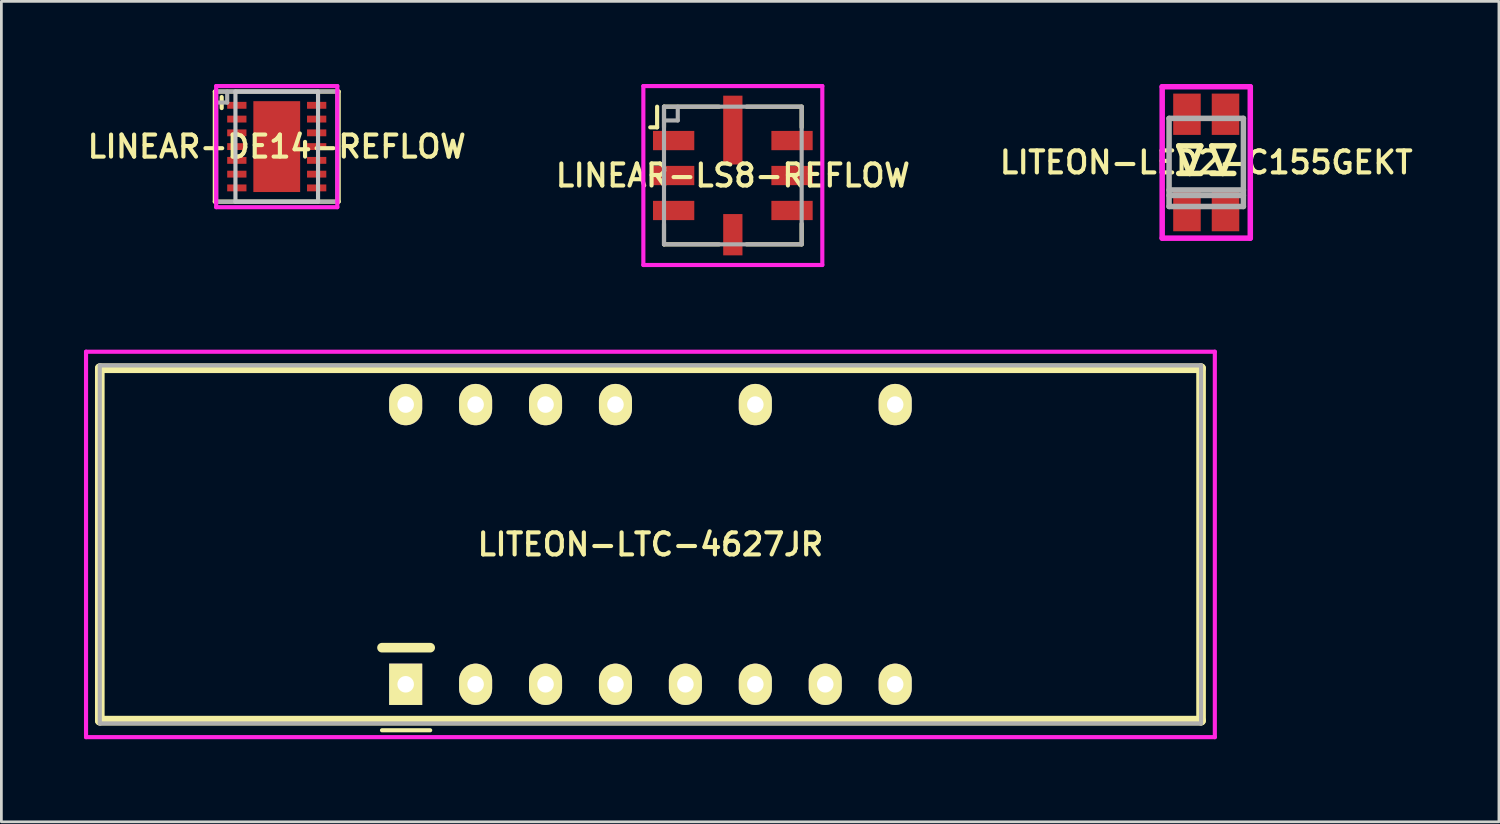
<source format=kicad_pcb>
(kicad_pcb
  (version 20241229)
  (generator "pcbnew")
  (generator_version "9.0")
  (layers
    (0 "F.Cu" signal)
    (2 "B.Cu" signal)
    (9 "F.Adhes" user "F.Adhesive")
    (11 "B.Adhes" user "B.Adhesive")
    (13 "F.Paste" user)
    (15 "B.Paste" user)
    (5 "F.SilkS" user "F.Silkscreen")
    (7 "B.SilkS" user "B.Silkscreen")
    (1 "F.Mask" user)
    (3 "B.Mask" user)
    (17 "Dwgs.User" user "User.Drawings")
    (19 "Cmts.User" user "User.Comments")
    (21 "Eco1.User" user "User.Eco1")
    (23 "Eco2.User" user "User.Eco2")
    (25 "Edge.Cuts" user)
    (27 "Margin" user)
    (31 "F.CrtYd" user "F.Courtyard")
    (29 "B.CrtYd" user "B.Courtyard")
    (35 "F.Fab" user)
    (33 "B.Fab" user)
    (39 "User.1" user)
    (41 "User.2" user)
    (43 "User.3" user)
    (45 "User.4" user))
  (footprint "LITEON-LED2-C155GEKT"
    (layer "F.Cu")
    (at 40.763 2.85)
    (property "Reference" "LITEON-LED2-C155GEKT" (at 0 0 0) (layer "F.SilkS") (effects (font (size 0.8 0.8) (thickness 0.15))))
    (attr smd)
    (fp_line (start -1 -0.6) (end -0.2 -0.6) (stroke (width 0.2) (type solid)) (layer "F.SilkS"))
    (fp_line (start -1 0.4) (end -0.2 0.4) (stroke (width 0.2) (type solid)) (layer "F.SilkS"))
    (fp_line (start -0.6 0.4) (end -1 -0.6) (stroke (width 0.2) (type solid)) (layer "F.SilkS"))
    (fp_line (start -0.2 -0.6) (end -0.6 0.4) (stroke (width 0.2) (type solid)) (layer "F.SilkS"))
    (fp_line (start 0.2 -0.6) (end 1 -0.6) (stroke (width 0.2) (type solid)) (layer "F.SilkS"))
    (fp_line (start 0.2 0.4) (end 1 0.4) (stroke (width 0.2) (type solid)) (layer "F.SilkS"))
    (fp_line (start 0.6 0.4) (end 0.2 -0.6) (stroke (width 0.2) (type solid)) (layer "F.SilkS"))
    (fp_line (start 1 -0.6) (end 0.6 0.4) (stroke (width 0.2) (type solid)) (layer "F.SilkS"))
    (fp_line (start -1.6 -2.75) (end 1.6 -2.75) (stroke (width 0.2) (type solid)) (layer "F.CrtYd"))
    (fp_line (start -1.6 2.75) (end -1.6 -2.75) (stroke (width 0.2) (type solid)) (layer "F.CrtYd"))
    (fp_line (start 1.6 -2.75) (end 1.6 2.75) (stroke (width 0.2) (type solid)) (layer "F.CrtYd"))
    (fp_line (start 1.6 2.75) (end -1.6 2.75) (stroke (width 0.2) (type solid)) (layer "F.CrtYd"))
    (fp_line (start -1.35 -1.6) (end 1.35 -1.6) (stroke (width 0.2) (type solid)) (layer "F.Fab"))
    (fp_line (start -1.35 1.2) (end 1.35 1.2) (stroke (width 0.2) (type solid)) (layer "F.Fab"))
    (fp_line (start -1.35 1.6) (end -1.35 -1.6) (stroke (width 0.2) (type solid)) (layer "F.Fab"))
    (fp_line (start 1.35 -1.6) (end 1.35 1.6) (stroke (width 0.2) (type solid)) (layer "F.Fab"))
    (fp_line (start 1.35 1) (end -1.35 1) (stroke (width 0.2) (type solid)) (layer "F.Fab"))
    (fp_line (start 1.35 1.6) (end -1.35 1.6) (stroke (width 0.2) (type solid)) (layer "F.Fab"))
    (pad "1" smd rect (at 0.7 -1.75) (size 1 1.5) (layers "F.Cu" "F.Mask" "F.Paste"))
    (pad "2" smd rect (at -0.7 -1.75) (size 1 1.5) (layers "F.Cu" "F.Mask" "F.Paste"))
    (pad "3" smd rect (at 0.7 1.75) (size 1 1.5) (layers "F.Cu" "F.Mask" "F.Paste"))
    (pad "4" smd rect (at -0.7 1.75) (size 1 1.5) (layers "F.Cu" "F.Mask" "F.Paste")))
  (footprint "LINEAR-DE14-REFLOW"
    (layer "F.Cu")
    (at 7.002 2.275)
    (property "Reference" "LINEAR-DE14-REFLOW" (at 0 0 0) (layer "F.SilkS") (effects (font (size 0.8 0.8) (thickness 0.15))))
    (attr smd)
    (fp_line (start -2.25 -2) (end 2.25 -2) (stroke (width 0.15) (type solid)) (layer "F.SilkS"))
    (fp_line (start -2.25 2) (end -2.25 -2) (stroke (width 0.15) (type solid)) (layer "F.SilkS"))
    (fp_line (start -2 -1.8) (end -2 -1.4) (stroke (width 0.15) (type solid)) (layer "F.SilkS"))
    (fp_line (start 2.25 -2) (end 2.25 2) (stroke (width 0.15) (type solid)) (layer "F.SilkS"))
    (fp_line (start 2.25 2) (end -2.25 2) (stroke (width 0.15) (type solid)) (layer "F.SilkS"))
    (fp_line (start -1.5 -2) (end 1.5 -2) (stroke (width 0.15) (type solid)) (layer "Dwgs.User"))
    (fp_line (start -1.5 2) (end -1.5 -2) (stroke (width 0.15) (type solid)) (layer "Dwgs.User"))
    (fp_line (start 1.5 -2) (end 1.5 2) (stroke (width 0.15) (type solid)) (layer "Dwgs.User"))
    (fp_line (start 1.5 2) (end -1.5 2) (stroke (width 0.15) (type solid)) (layer "Dwgs.User"))
    (fp_line (start -2.2 -2.2) (end 2.2 -2.2) (stroke (width 0.15) (type solid)) (layer "F.CrtYd"))
    (fp_line (start -2.2 2.2) (end -2.2 -2.2) (stroke (width 0.15) (type solid)) (layer "F.CrtYd"))
    (fp_line (start 2.2 -2.2) (end 2.2 2.2) (stroke (width 0.15) (type solid)) (layer "F.CrtYd"))
    (fp_line (start 2.2 2.2) (end -2.2 2.2) (stroke (width 0.15) (type solid)) (layer "F.CrtYd"))
    (fp_line (start -2.2 -2) (end 2.2 -2) (stroke (width 0.15) (type solid)) (layer "F.Fab"))
    (fp_line (start -2.2 2) (end -2.2 -2) (stroke (width 0.15) (type solid)) (layer "F.Fab"))
    (fp_line (start -1.8 -2) (end -1.8 -1.6) (stroke (width 0.15) (type solid)) (layer "F.Fab"))
    (fp_line (start -1.8 -1.6) (end -2.2 -1.6) (stroke (width 0.15) (type solid)) (layer "F.Fab"))
    (fp_line (start 2.2 -2) (end 2.2 2) (stroke (width 0.15) (type solid)) (layer "F.Fab"))
    (fp_line (start 2.2 2) (end -2.2 2) (stroke (width 0.15) (type solid)) (layer "F.Fab"))
    (pad "1" smd rect (at -1.45 -1.5) (size 0.7 0.25) (layers "F.Cu" "F.Mask" "F.Paste"))
    (pad "2" smd rect (at -1.45 -1) (size 0.7 0.25) (layers "F.Cu" "F.Mask" "F.Paste"))
    (pad "3" smd rect (at -1.45 -0.5) (size 0.7 0.25) (layers "F.Cu" "F.Mask" "F.Paste"))
    (pad "4" smd rect (at -1.45 0) (size 0.7 0.25) (layers "F.Cu" "F.Mask" "F.Paste"))
    (pad "5" smd rect (at -1.45 0.5) (size 0.7 0.25) (layers "F.Cu" "F.Mask" "F.Paste"))
    (pad "6" smd rect (at -1.45 1) (size 0.7 0.25) (layers "F.Cu" "F.Mask" "F.Paste"))
    (pad "7" smd rect (at -1.45 1.5) (size 0.7 0.25) (layers "F.Cu" "F.Mask" "F.Paste"))
    (pad "8" smd rect (at 1.45 1.5) (size 0.7 0.25) (layers "F.Cu" "F.Mask" "F.Paste"))
    (pad "9" smd rect (at 1.45 1) (size 0.7 0.25) (layers "F.Cu" "F.Mask" "F.Paste"))
    (pad "10" smd rect (at 1.45 0.5) (size 0.7 0.25) (layers "F.Cu" "F.Mask" "F.Paste"))
    (pad "11" smd rect (at 1.45 0) (size 0.7 0.25) (layers "F.Cu" "F.Mask" "F.Paste"))
    (pad "12" smd rect (at 1.45 -0.5) (size 0.7 0.25) (layers "F.Cu" "F.Mask" "F.Paste"))
    (pad "13" smd rect (at 1.45 -1) (size 0.7 0.25) (layers "F.Cu" "F.Mask" "F.Paste"))
    (pad "14" smd rect (at 1.45 -1.5) (size 0.7 0.25) (layers "F.Cu" "F.Mask" "F.Paste"))
    (pad "15" smd rect (at 0 0) (size 1.7 3.3) (layers "F.Cu" "F.Mask" "F.Paste")))
  (footprint "LITEON-LTC-4627JR"
    (layer "F.Cu")
    (at 20.575 16.725)
    (property "Reference" "LITEON-LTC-4627JR" (at 0 0 0) (layer "F.SilkS") (effects (font (size 0.8 0.8) (thickness 0.15))))
    (attr through_hole)
    (fp_line (start -20 -6.4) (end 20 -6.4) (stroke (width 0.35) (type solid)) (layer "F.SilkS"))
    (fp_line (start -20 6.4) (end -20 -6.4) (stroke (width 0.35) (type solid)) (layer "F.SilkS"))
    (fp_line (start -9.75 3.75) (end -8 3.75) (stroke (width 0.35) (type solid)) (layer "F.SilkS"))
    (fp_line (start -9.75 6.75) (end -8 6.75) (stroke (width 0.15) (type solid)) (layer "F.SilkS"))
    (fp_line (start 20 -6.4) (end 20 6.4) (stroke (width 0.35) (type solid)) (layer "F.SilkS"))
    (fp_line (start 20 6.4) (end -20 6.4) (stroke (width 0.35) (type solid)) (layer "F.SilkS"))
    (fp_line (start -20.5 -7) (end -20.5 7) (stroke (width 0.15) (type solid)) (layer "F.CrtYd"))
    (fp_line (start -20.5 7) (end 20.5 7) (stroke (width 0.15) (type solid)) (layer "F.CrtYd"))
    (fp_line (start 20.5 -7) (end -20.5 -7) (stroke (width 0.15) (type solid)) (layer "F.CrtYd"))
    (fp_line (start 20.5 7) (end 20.5 -7) (stroke (width 0.15) (type solid)) (layer "F.CrtYd"))
    (fp_line (start -20 -6.5) (end -20 6.5) (stroke (width 0.15) (type solid)) (layer "F.Fab"))
    (fp_line (start -20 6.5) (end 20 6.5) (stroke (width 0.15) (type solid)) (layer "F.Fab"))
    (fp_line (start 20 -6.5) (end -20 -6.5) (stroke (width 0.15) (type solid)) (layer "F.Fab"))
    (fp_line (start 20 6.5) (end 20 -6.5) (stroke (width 0.15) (type solid)) (layer "F.Fab"))
    (pad "1" thru_hole rect (at -8.89 5.08) (size 1.2 1.5) (drill 0.6) (layers "*.Cu" "*.Mask" "F.SilkS"))
    (pad "2" thru_hole oval (at -6.35 5.08) (size 1.2 1.5) (drill 0.6) (layers "*.Cu" "*.Mask" "F.SilkS"))
    (pad "3" thru_hole oval (at -3.81 5.08) (size 1.2 1.5) (drill 0.6) (layers "*.Cu" "*.Mask" "F.SilkS"))
    (pad "4" thru_hole oval (at -1.27 5.08) (size 1.2 1.5) (drill 0.6) (layers "*.Cu" "*.Mask" "F.SilkS"))
    (pad "5" thru_hole oval (at 1.27 5.08) (size 1.2 1.5) (drill 0.6) (layers "*.Cu" "*.Mask" "F.SilkS"))
    (pad "6" thru_hole oval (at 3.81 5.08) (size 1.2 1.5) (drill 0.6) (layers "*.Cu" "*.Mask" "F.SilkS"))
    (pad "7" thru_hole oval (at 6.35 5.08) (size 1.2 1.5) (drill 0.6) (layers "*.Cu" "*.Mask" "F.SilkS"))
    (pad "8" thru_hole oval (at 8.89 5.08) (size 1.2 1.5) (drill 0.6) (layers "*.Cu" "*.Mask" "F.SilkS"))
    (pad "9" thru_hole oval (at 8.89 -5.08) (size 1.2 1.5) (drill 0.6) (layers "*.Cu" "*.Mask" "F.SilkS"))
    (pad "11" thru_hole oval (at 3.81 -5.08) (size 1.2 1.5) (drill 0.6) (layers "*.Cu" "*.Mask" "F.SilkS"))
    (pad "13" thru_hole oval (at -1.27 -5.08) (size 1.2 1.5) (drill 0.6) (layers "*.Cu" "*.Mask" "F.SilkS"))
    (pad "14" thru_hole oval (at -3.81 -5.08) (size 1.2 1.5) (drill 0.6) (layers "*.Cu" "*.Mask" "F.SilkS"))
    (pad "15" thru_hole oval (at -6.35 -5.08) (size 1.2 1.5) (drill 0.6) (layers "*.Cu" "*.Mask" "F.SilkS"))
    (pad "16" thru_hole oval (at -8.89 -5.08) (size 1.2 1.5) (drill 0.6) (layers "*.Cu" "*.Mask" "F.SilkS")))
  (footprint "LINEAR-LS8-REFLOW"
    (layer "F.Cu")
    (at 23.568 3.325)
    (property "Reference" "LINEAR-LS8-REFLOW" (at 0 0 0) (layer "F.SilkS") (effects (font (size 0.8 0.8) (thickness 0.15))))
    (attr smd)
    (fp_line (start -3 -1.75) (end -2.75 -1.75) (stroke (width 0.15) (type solid)) (layer "F.SilkS"))
    (fp_line (start -2.75 -1.75) (end -2.75 -2.5) (stroke (width 0.15) (type solid)) (layer "F.SilkS"))
    (fp_line (start -2.5 -2.5) (end -0.5 -2.5) (stroke (width 0.15) (type solid)) (layer "F.SilkS"))
    (fp_line (start -2.5 -1.75) (end -2.5 -2.5) (stroke (width 0.15) (type solid)) (layer "F.SilkS"))
    (fp_line (start -2.5 2.5) (end -2.5 1.75) (stroke (width 0.15) (type solid)) (layer "F.SilkS"))
    (fp_line (start -0.5 2.5) (end -2.5 2.5) (stroke (width 0.15) (type solid)) (layer "F.SilkS"))
    (fp_line (start 0.5 -2.5) (end 2.5 -2.5) (stroke (width 0.15) (type solid)) (layer "F.SilkS"))
    (fp_line (start 2.5 -2.5) (end 2.5 -1.75) (stroke (width 0.15) (type solid)) (layer "F.SilkS"))
    (fp_line (start 2.5 1.75) (end 2.5 2.5) (stroke (width 0.15) (type solid)) (layer "F.SilkS"))
    (fp_line (start 2.5 2.5) (end 0.5 2.5) (stroke (width 0.15) (type solid)) (layer "F.SilkS"))
    (fp_line (start -3.25 -3.25) (end 3.25 -3.25) (stroke (width 0.15) (type solid)) (layer "F.CrtYd"))
    (fp_line (start -3.25 3.25) (end -3.25 -3.25) (stroke (width 0.15) (type solid)) (layer "F.CrtYd"))
    (fp_line (start 3.25 -3.25) (end 3.25 3.25) (stroke (width 0.15) (type solid)) (layer "F.CrtYd"))
    (fp_line (start 3.25 3.25) (end -3.25 3.25) (stroke (width 0.15) (type solid)) (layer "F.CrtYd"))
    (fp_line (start -2.5 -2.5) (end 2.5 -2.5) (stroke (width 0.15) (type solid)) (layer "F.Fab"))
    (fp_line (start -2.5 2.5) (end -2.5 -2.5) (stroke (width 0.15) (type solid)) (layer "F.Fab"))
    (fp_line (start -2 -2.5) (end -2 -2) (stroke (width 0.15) (type solid)) (layer "F.Fab"))
    (fp_line (start -2 -2) (end -2.5 -2) (stroke (width 0.15) (type solid)) (layer "F.Fab"))
    (fp_line (start 2.5 -2.5) (end 2.5 2.5) (stroke (width 0.15) (type solid)) (layer "F.Fab"))
    (fp_line (start 2.5 2.5) (end -2.5 2.5) (stroke (width 0.15) (type solid)) (layer "F.Fab"))
    (pad "1" smd rect (at -2.15 -1.27) (size 1.5 0.7) (layers "F.Cu" "F.Mask" "F.Paste"))
    (pad "2" smd rect (at -2.15 0) (size 1.5 0.7) (layers "F.Cu" "F.Mask" "F.Paste"))
    (pad "3" smd rect (at -2.15 1.27) (size 1.5 0.7) (layers "F.Cu" "F.Mask" "F.Paste"))
    (pad "4" smd rect (at 0 2.15) (size 0.7 1.5) (layers "F.Cu" "F.Mask" "F.Paste"))
    (pad "5" smd rect (at 2.15 1.27) (size 1.5 0.7) (layers "F.Cu" "F.Mask" "F.Paste"))
    (pad "6" smd rect (at 2.15 0) (size 1.5 0.7) (layers "F.Cu" "F.Mask" "F.Paste"))
    (pad "7" smd rect (at 2.15 -1.27) (size 1.5 0.7) (layers "F.Cu" "F.Mask" "F.Paste"))
    (pad "8" smd rect (at 0 -1.65) (size 0.7 2.5) (layers "F.Cu" "F.Mask" "F.Paste")))
  (gr_rect
    (start -3 -3)
    (end 51.394 26.8)
    (stroke (width 0.1) (type default))
    (fill no)
    (layer "Edge.Cuts")))
</source>
